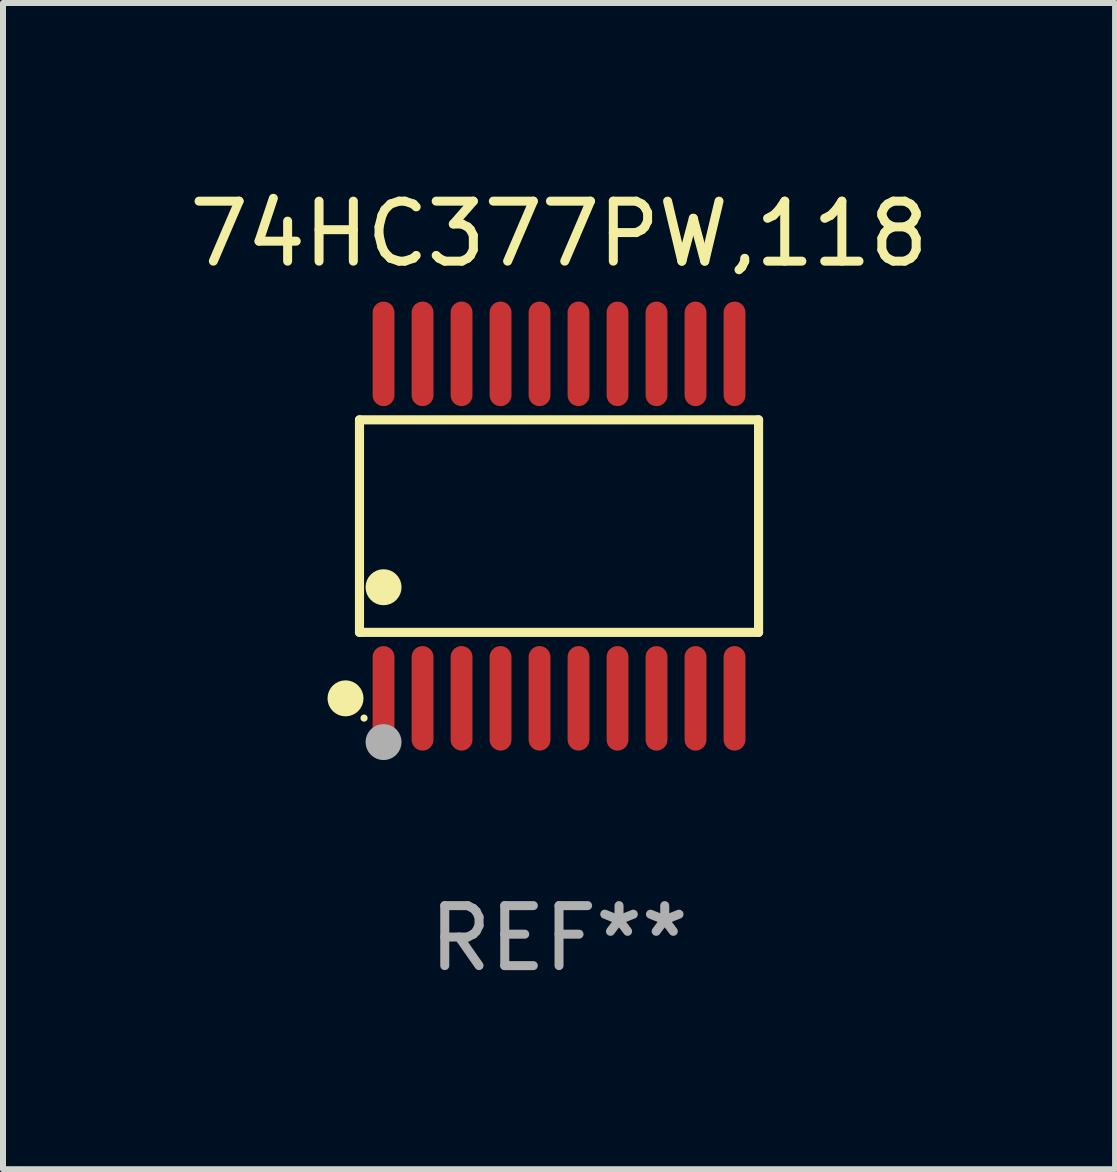
<source format=kicad_pcb>
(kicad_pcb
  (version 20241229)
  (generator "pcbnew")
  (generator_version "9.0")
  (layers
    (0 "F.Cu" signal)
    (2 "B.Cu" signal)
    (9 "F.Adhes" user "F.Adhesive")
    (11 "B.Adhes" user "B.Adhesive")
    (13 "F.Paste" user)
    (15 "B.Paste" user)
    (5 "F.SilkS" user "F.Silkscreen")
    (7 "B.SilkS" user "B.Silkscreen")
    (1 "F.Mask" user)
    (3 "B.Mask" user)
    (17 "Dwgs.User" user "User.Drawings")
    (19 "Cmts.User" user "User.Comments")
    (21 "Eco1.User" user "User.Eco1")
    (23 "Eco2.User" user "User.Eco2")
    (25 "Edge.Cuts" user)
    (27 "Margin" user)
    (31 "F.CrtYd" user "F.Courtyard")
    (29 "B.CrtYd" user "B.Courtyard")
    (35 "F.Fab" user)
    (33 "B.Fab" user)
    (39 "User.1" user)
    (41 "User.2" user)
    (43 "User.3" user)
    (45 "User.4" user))
  (footprint "74HC377PW,118"
    (layer "F.Cu")
    (at 6.268 5.719)
    (property "Reference" "74HC377PW,118" (at 0 -4.871 0) (layer "F.SilkS") (effects (font (size 1 1) (thickness 0.15))))
    (attr through_hole)
    (fp_line (start -3.326 -1.771) (end 3.326 -1.771) (stroke (width 0.152) (type solid)) (layer "F.SilkS"))
    (fp_line (start -3.326 1.771) (end -3.326 -1.771) (stroke (width 0.152) (type solid)) (layer "F.SilkS"))
    (fp_line (start 3.326 -1.771) (end 3.326 1.771) (stroke (width 0.152) (type solid)) (layer "F.SilkS"))
    (fp_line (start 3.326 1.771) (end -3.326 1.771) (stroke (width 0.152) (type solid)) (layer "F.SilkS"))
    (fp_circle (center -3.559 2.871) (end -3.409 2.871) (stroke (width 0.3) (type solid)) (fill no) (layer "F.SilkS"))
    (fp_circle (center -3.25 3.2) (end -3.22 3.2) (stroke (width 0.06) (type solid)) (fill no) (layer "F.SilkS"))
    (fp_circle (center -2.925 1.019) (end -2.775 1.019) (stroke (width 0.3) (type solid)) (fill no) (layer "F.SilkS"))
    (fp_circle (center -2.925 3.6) (end -2.775 3.6) (stroke (width 0.3) (type solid)) (fill no) (layer "F.Fab"))
    (fp_text user "REF**" (at 0 6.871 0) (layer "F.Fab") (effects (font (size 1 1) (thickness 0.15))))
    (pad "1" smd oval (at -2.925 2.871) (size 0.364 1.742) (layers "F.Cu" "F.Mask" "F.Paste"))
    (pad "2" smd oval (at -2.275 2.871) (size 0.364 1.742) (layers "F.Cu" "F.Mask" "F.Paste"))
    (pad "3" smd oval (at -1.625 2.871) (size 0.364 1.742) (layers "F.Cu" "F.Mask" "F.Paste"))
    (pad "4" smd oval (at -0.975 2.871) (size 0.364 1.742) (layers "F.Cu" "F.Mask" "F.Paste"))
    (pad "5" smd oval (at -0.325 2.871) (size 0.364 1.742) (layers "F.Cu" "F.Mask" "F.Paste"))
    (pad "6" smd oval (at 0.325 2.871) (size 0.364 1.742) (layers "F.Cu" "F.Mask" "F.Paste"))
    (pad "7" smd oval (at 0.975 2.871) (size 0.364 1.742) (layers "F.Cu" "F.Mask" "F.Paste"))
    (pad "8" smd oval (at 1.625 2.871) (size 0.364 1.742) (layers "F.Cu" "F.Mask" "F.Paste"))
    (pad "9" smd oval (at 2.275 2.871) (size 0.364 1.742) (layers "F.Cu" "F.Mask" "F.Paste"))
    (pad "10" smd oval (at 2.925 2.871) (size 0.364 1.742) (layers "F.Cu" "F.Mask" "F.Paste"))
    (pad "11" smd oval (at 2.925 -2.871) (size 0.364 1.742) (layers "F.Cu" "F.Mask" "F.Paste"))
    (pad "12" smd oval (at 2.275 -2.871) (size 0.364 1.742) (layers "F.Cu" "F.Mask" "F.Paste"))
    (pad "13" smd oval (at 1.625 -2.871) (size 0.364 1.742) (layers "F.Cu" "F.Mask" "F.Paste"))
    (pad "14" smd oval (at 0.975 -2.871) (size 0.364 1.742) (layers "F.Cu" "F.Mask" "F.Paste"))
    (pad "15" smd oval (at 0.325 -2.871) (size 0.364 1.742) (layers "F.Cu" "F.Mask" "F.Paste"))
    (pad "16" smd oval (at -0.325 -2.871) (size 0.364 1.742) (layers "F.Cu" "F.Mask" "F.Paste"))
    (pad "17" smd oval (at -0.975 -2.871) (size 0.364 1.742) (layers "F.Cu" "F.Mask" "F.Paste"))
    (pad "18" smd oval (at -1.625 -2.871) (size 0.364 1.742) (layers "F.Cu" "F.Mask" "F.Paste"))
    (pad "19" smd oval (at -2.275 -2.871) (size 0.364 1.742) (layers "F.Cu" "F.Mask" "F.Paste"))
    (pad "20" smd oval (at -2.925 -2.871) (size 0.364 1.742) (layers "F.Cu" "F.Mask" "F.Paste")))
  (gr_rect
    (start -3 -3)
    (end 15.536 16.438)
    (stroke (width 0.1) (type default))
    (fill no)
    (layer "Edge.Cuts")))
</source>
